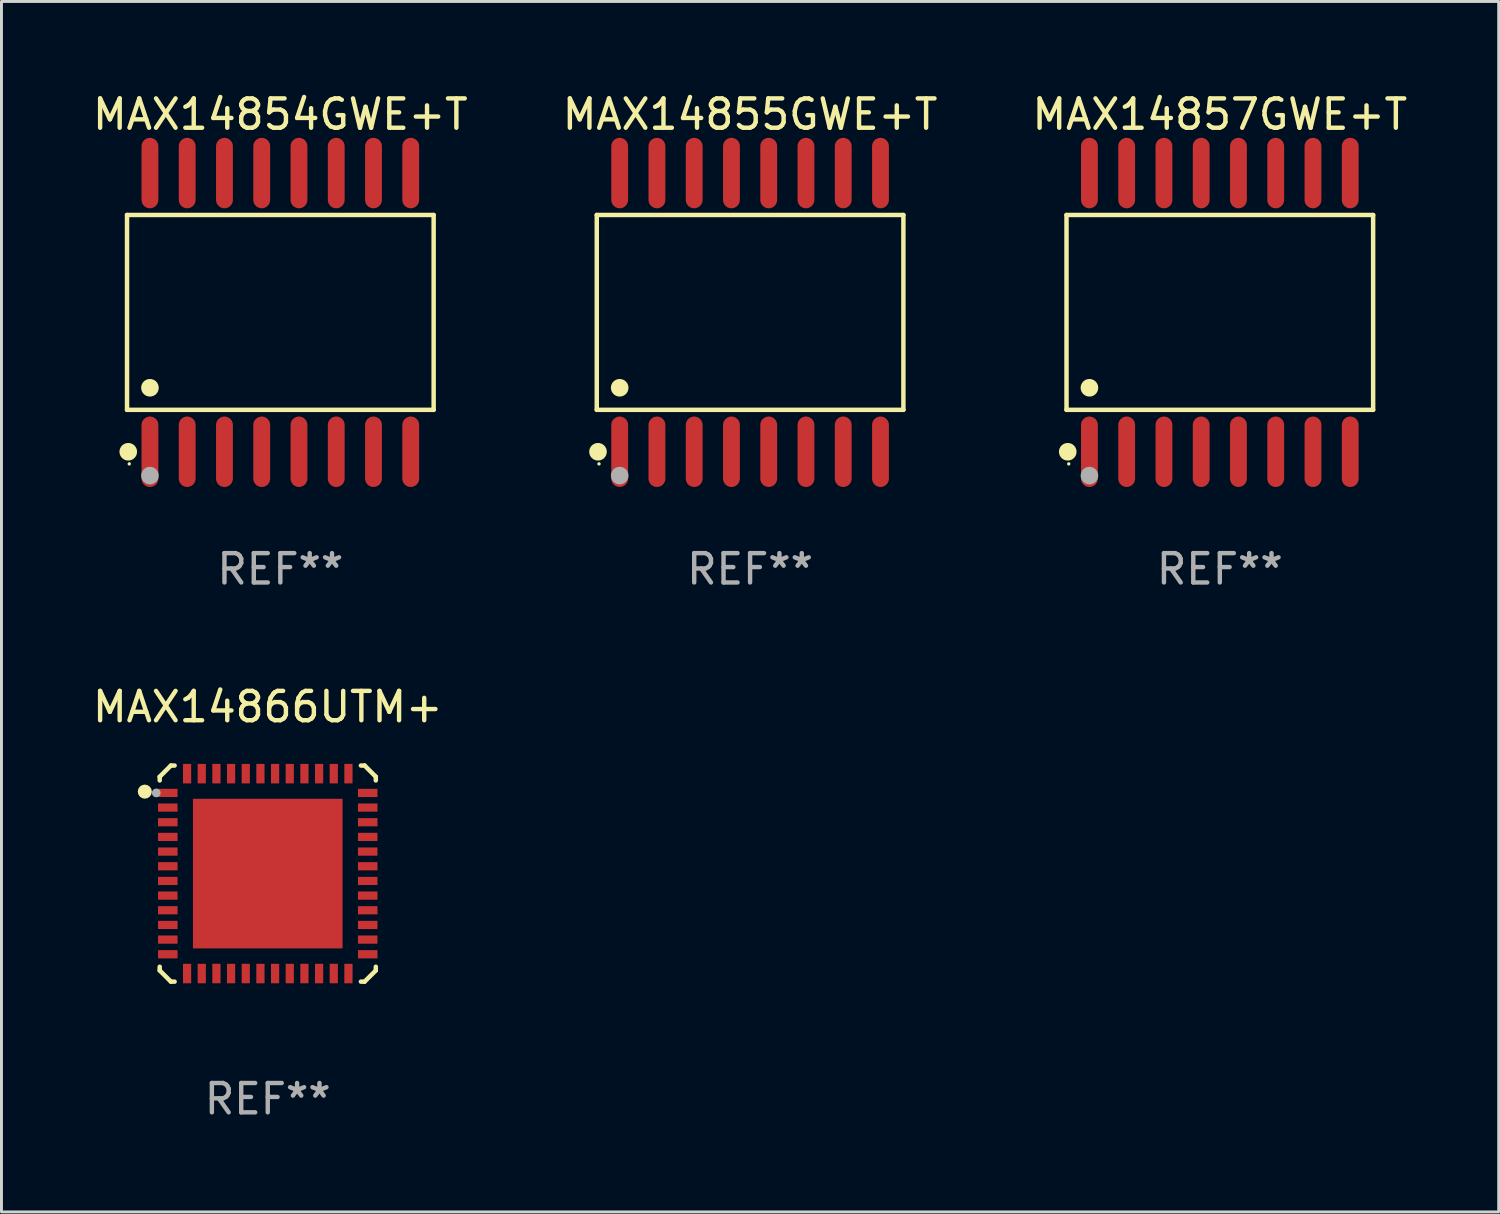
<source format=kicad_pcb>
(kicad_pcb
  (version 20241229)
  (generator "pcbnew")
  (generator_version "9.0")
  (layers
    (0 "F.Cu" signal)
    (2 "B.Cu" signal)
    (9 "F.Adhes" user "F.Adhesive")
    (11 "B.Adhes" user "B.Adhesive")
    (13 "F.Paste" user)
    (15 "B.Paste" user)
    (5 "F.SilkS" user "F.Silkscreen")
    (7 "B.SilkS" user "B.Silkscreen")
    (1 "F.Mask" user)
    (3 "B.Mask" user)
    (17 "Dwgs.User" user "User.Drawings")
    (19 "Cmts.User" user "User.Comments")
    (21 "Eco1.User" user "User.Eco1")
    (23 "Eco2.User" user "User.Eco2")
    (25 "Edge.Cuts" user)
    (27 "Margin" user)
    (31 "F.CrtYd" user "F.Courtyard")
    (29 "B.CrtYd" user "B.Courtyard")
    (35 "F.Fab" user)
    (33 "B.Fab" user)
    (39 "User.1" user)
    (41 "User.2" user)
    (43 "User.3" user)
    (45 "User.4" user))
  (footprint "MAX14854GWE+T"
    (layer "F.Cu")
    (at 6.506 7.599)
    (property "Reference" "MAX14854GWE+T" (at 0 -6.75 0) (layer "F.SilkS") (effects (font (size 1 1) (thickness 0.15))))
    (attr through_hole)
    (fp_line (start -5.226 -3.321) (end 5.226 -3.321) (stroke (width 0.152) (type solid)) (layer "F.SilkS"))
    (fp_line (start -5.226 3.321) (end -5.226 -3.321) (stroke (width 0.152) (type solid)) (layer "F.SilkS"))
    (fp_line (start 5.226 -3.321) (end 5.226 3.321) (stroke (width 0.152) (type solid)) (layer "F.SilkS"))
    (fp_line (start 5.226 3.321) (end -5.226 3.321) (stroke (width 0.152) (type solid)) (layer "F.SilkS"))
    (fp_circle (center -5.184 4.75) (end -5.034 4.75) (stroke (width 0.3) (type solid)) (fill no) (layer "F.SilkS"))
    (fp_circle (center -5.15 5.163) (end -5.12 5.163) (stroke (width 0.06) (type solid)) (fill no) (layer "F.SilkS"))
    (fp_circle (center -4.445 2.569) (end -4.295 2.569) (stroke (width 0.3) (type solid)) (fill no) (layer "F.SilkS"))
    (fp_circle (center -4.445 5.563) (end -4.295 5.563) (stroke (width 0.3) (type solid)) (fill no) (layer "F.Fab"))
    (fp_text user "REF**" (at 0 8.75 0) (layer "F.Fab") (effects (font (size 1 1) (thickness 0.15))))
    (pad "1" smd oval (at -4.445 4.75) (size 0.574 2.401) (layers "F.Cu" "F.Mask" "F.Paste"))
    (pad "2" smd oval (at -3.175 4.75) (size 0.574 2.401) (layers "F.Cu" "F.Mask" "F.Paste"))
    (pad "3" smd oval (at -1.905 4.75) (size 0.574 2.401) (layers "F.Cu" "F.Mask" "F.Paste"))
    (pad "4" smd oval (at -0.635 4.75) (size 0.574 2.401) (layers "F.Cu" "F.Mask" "F.Paste"))
    (pad "5" smd oval (at 0.635 4.75) (size 0.574 2.401) (layers "F.Cu" "F.Mask" "F.Paste"))
    (pad "6" smd oval (at 1.905 4.75) (size 0.574 2.401) (layers "F.Cu" "F.Mask" "F.Paste"))
    (pad "7" smd oval (at 3.175 4.75) (size 0.574 2.401) (layers "F.Cu" "F.Mask" "F.Paste"))
    (pad "8" smd oval (at 4.445 4.75) (size 0.574 2.401) (layers "F.Cu" "F.Mask" "F.Paste"))
    (pad "9" smd oval (at 4.445 -4.75) (size 0.574 2.401) (layers "F.Cu" "F.Mask" "F.Paste"))
    (pad "10" smd oval (at 3.175 -4.75) (size 0.574 2.401) (layers "F.Cu" "F.Mask" "F.Paste"))
    (pad "11" smd oval (at 1.905 -4.75) (size 0.574 2.401) (layers "F.Cu" "F.Mask" "F.Paste"))
    (pad "12" smd oval (at 0.635 -4.75) (size 0.574 2.401) (layers "F.Cu" "F.Mask" "F.Paste"))
    (pad "13" smd oval (at -0.635 -4.75) (size 0.574 2.401) (layers "F.Cu" "F.Mask" "F.Paste"))
    (pad "14" smd oval (at -1.905 -4.75) (size 0.574 2.401) (layers "F.Cu" "F.Mask" "F.Paste"))
    (pad "15" smd oval (at -3.175 -4.75) (size 0.574 2.401) (layers "F.Cu" "F.Mask" "F.Paste"))
    (pad "16" smd oval (at -4.445 -4.75) (size 0.574 2.401) (layers "F.Cu" "F.Mask" "F.Paste")))
  (footprint "MAX14857GWE+T"
    (layer "F.Cu")
    (at 38.53 7.599)
    (property "Reference" "MAX14857GWE+T" (at 0 -6.75 0) (layer "F.SilkS") (effects (font (size 1 1) (thickness 0.15))))
    (attr through_hole)
    (fp_line (start -5.226 -3.321) (end 5.226 -3.321) (stroke (width 0.152) (type solid)) (layer "F.SilkS"))
    (fp_line (start -5.226 3.321) (end -5.226 -3.321) (stroke (width 0.152) (type solid)) (layer "F.SilkS"))
    (fp_line (start 5.226 -3.321) (end 5.226 3.321) (stroke (width 0.152) (type solid)) (layer "F.SilkS"))
    (fp_line (start 5.226 3.321) (end -5.226 3.321) (stroke (width 0.152) (type solid)) (layer "F.SilkS"))
    (fp_circle (center -5.184 4.75) (end -5.034 4.75) (stroke (width 0.3) (type solid)) (fill no) (layer "F.SilkS"))
    (fp_circle (center -5.15 5.163) (end -5.12 5.163) (stroke (width 0.06) (type solid)) (fill no) (layer "F.SilkS"))
    (fp_circle (center -4.445 2.569) (end -4.295 2.569) (stroke (width 0.3) (type solid)) (fill no) (layer "F.SilkS"))
    (fp_circle (center -4.445 5.563) (end -4.295 5.563) (stroke (width 0.3) (type solid)) (fill no) (layer "F.Fab"))
    (fp_text user "REF**" (at 0 8.75 0) (layer "F.Fab") (effects (font (size 1 1) (thickness 0.15))))
    (pad "1" smd oval (at -4.445 4.75) (size 0.574 2.401) (layers "F.Cu" "F.Mask" "F.Paste"))
    (pad "2" smd oval (at -3.175 4.75) (size 0.574 2.401) (layers "F.Cu" "F.Mask" "F.Paste"))
    (pad "3" smd oval (at -1.905 4.75) (size 0.574 2.401) (layers "F.Cu" "F.Mask" "F.Paste"))
    (pad "4" smd oval (at -0.635 4.75) (size 0.574 2.401) (layers "F.Cu" "F.Mask" "F.Paste"))
    (pad "5" smd oval (at 0.635 4.75) (size 0.574 2.401) (layers "F.Cu" "F.Mask" "F.Paste"))
    (pad "6" smd oval (at 1.905 4.75) (size 0.574 2.401) (layers "F.Cu" "F.Mask" "F.Paste"))
    (pad "7" smd oval (at 3.175 4.75) (size 0.574 2.401) (layers "F.Cu" "F.Mask" "F.Paste"))
    (pad "8" smd oval (at 4.445 4.75) (size 0.574 2.401) (layers "F.Cu" "F.Mask" "F.Paste"))
    (pad "9" smd oval (at 4.445 -4.75) (size 0.574 2.401) (layers "F.Cu" "F.Mask" "F.Paste"))
    (pad "10" smd oval (at 3.175 -4.75) (size 0.574 2.401) (layers "F.Cu" "F.Mask" "F.Paste"))
    (pad "11" smd oval (at 1.905 -4.75) (size 0.574 2.401) (layers "F.Cu" "F.Mask" "F.Paste"))
    (pad "12" smd oval (at 0.635 -4.75) (size 0.574 2.401) (layers "F.Cu" "F.Mask" "F.Paste"))
    (pad "13" smd oval (at -0.635 -4.75) (size 0.574 2.401) (layers "F.Cu" "F.Mask" "F.Paste"))
    (pad "14" smd oval (at -1.905 -4.75) (size 0.574 2.401) (layers "F.Cu" "F.Mask" "F.Paste"))
    (pad "15" smd oval (at -3.175 -4.75) (size 0.574 2.401) (layers "F.Cu" "F.Mask" "F.Paste"))
    (pad "16" smd oval (at -4.445 -4.75) (size 0.574 2.401) (layers "F.Cu" "F.Mask" "F.Paste")))
  (footprint "MAX14855GWE+T"
    (layer "F.Cu")
    (at 22.518 7.599)
    (property "Reference" "MAX14855GWE+T" (at 0 -6.75 0) (layer "F.SilkS") (effects (font (size 1 1) (thickness 0.15))))
    (attr through_hole)
    (fp_line (start -5.226 -3.321) (end 5.226 -3.321) (stroke (width 0.152) (type solid)) (layer "F.SilkS"))
    (fp_line (start -5.226 3.321) (end -5.226 -3.321) (stroke (width 0.152) (type solid)) (layer "F.SilkS"))
    (fp_line (start 5.226 -3.321) (end 5.226 3.321) (stroke (width 0.152) (type solid)) (layer "F.SilkS"))
    (fp_line (start 5.226 3.321) (end -5.226 3.321) (stroke (width 0.152) (type solid)) (layer "F.SilkS"))
    (fp_circle (center -5.184 4.75) (end -5.034 4.75) (stroke (width 0.3) (type solid)) (fill no) (layer "F.SilkS"))
    (fp_circle (center -5.15 5.163) (end -5.12 5.163) (stroke (width 0.06) (type solid)) (fill no) (layer "F.SilkS"))
    (fp_circle (center -4.445 2.569) (end -4.295 2.569) (stroke (width 0.3) (type solid)) (fill no) (layer "F.SilkS"))
    (fp_circle (center -4.445 5.563) (end -4.295 5.563) (stroke (width 0.3) (type solid)) (fill no) (layer "F.Fab"))
    (fp_text user "REF**" (at 0 8.75 0) (layer "F.Fab") (effects (font (size 1 1) (thickness 0.15))))
    (pad "1" smd oval (at -4.445 4.75) (size 0.574 2.401) (layers "F.Cu" "F.Mask" "F.Paste"))
    (pad "2" smd oval (at -3.175 4.75) (size 0.574 2.401) (layers "F.Cu" "F.Mask" "F.Paste"))
    (pad "3" smd oval (at -1.905 4.75) (size 0.574 2.401) (layers "F.Cu" "F.Mask" "F.Paste"))
    (pad "4" smd oval (at -0.635 4.75) (size 0.574 2.401) (layers "F.Cu" "F.Mask" "F.Paste"))
    (pad "5" smd oval (at 0.635 4.75) (size 0.574 2.401) (layers "F.Cu" "F.Mask" "F.Paste"))
    (pad "6" smd oval (at 1.905 4.75) (size 0.574 2.401) (layers "F.Cu" "F.Mask" "F.Paste"))
    (pad "7" smd oval (at 3.175 4.75) (size 0.574 2.401) (layers "F.Cu" "F.Mask" "F.Paste"))
    (pad "8" smd oval (at 4.445 4.75) (size 0.574 2.401) (layers "F.Cu" "F.Mask" "F.Paste"))
    (pad "9" smd oval (at 4.445 -4.75) (size 0.574 2.401) (layers "F.Cu" "F.Mask" "F.Paste"))
    (pad "10" smd oval (at 3.175 -4.75) (size 0.574 2.401) (layers "F.Cu" "F.Mask" "F.Paste"))
    (pad "11" smd oval (at 1.905 -4.75) (size 0.574 2.401) (layers "F.Cu" "F.Mask" "F.Paste"))
    (pad "12" smd oval (at 0.635 -4.75) (size 0.574 2.401) (layers "F.Cu" "F.Mask" "F.Paste"))
    (pad "13" smd oval (at -0.635 -4.75) (size 0.574 2.401) (layers "F.Cu" "F.Mask" "F.Paste"))
    (pad "14" smd oval (at -1.905 -4.75) (size 0.574 2.401) (layers "F.Cu" "F.Mask" "F.Paste"))
    (pad "15" smd oval (at -3.175 -4.75) (size 0.574 2.401) (layers "F.Cu" "F.Mask" "F.Paste"))
    (pad "16" smd oval (at -4.445 -4.75) (size 0.574 2.401) (layers "F.Cu" "F.Mask" "F.Paste")))
  (footprint "MAX14866UTM+"
    (layer "F.Cu")
    (at 6.077 26.728)
    (property "Reference" "MAX14866UTM+" (at 0 -5.683 0) (layer "F.SilkS") (effects (font (size 1 1) (thickness 0.15))))
    (attr through_hole)
    (fp_line (start -3.683 -3.302) (end -3.302 -3.683) (stroke (width 0.152) (type solid)) (layer "F.SilkS"))
    (fp_line (start -3.683 -3.175) (end -3.683 -3.302) (stroke (width 0.152) (type solid)) (layer "F.SilkS"))
    (fp_line (start -3.683 3.302) (end -3.683 3.175) (stroke (width 0.152) (type solid)) (layer "F.SilkS"))
    (fp_line (start -3.302 -3.683) (end -3.175 -3.683) (stroke (width 0.152) (type solid)) (layer "F.SilkS"))
    (fp_line (start -3.302 3.683) (end -3.683 3.302) (stroke (width 0.152) (type solid)) (layer "F.SilkS"))
    (fp_line (start -3.175 3.683) (end -3.302 3.683) (stroke (width 0.152) (type solid)) (layer "F.SilkS"))
    (fp_line (start 3.175 -3.683) (end 3.302 -3.683) (stroke (width 0.152) (type solid)) (layer "F.SilkS"))
    (fp_line (start 3.302 -3.683) (end 3.683 -3.302) (stroke (width 0.152) (type solid)) (layer "F.SilkS"))
    (fp_line (start 3.302 3.683) (end 3.175 3.683) (stroke (width 0.152) (type solid)) (layer "F.SilkS"))
    (fp_line (start 3.683 -3.302) (end 3.683 -3.175) (stroke (width 0.152) (type solid)) (layer "F.SilkS"))
    (fp_line (start 3.683 3.175) (end 3.683 3.302) (stroke (width 0.152) (type solid)) (layer "F.SilkS"))
    (fp_line (start 3.683 3.302) (end 3.302 3.683) (stroke (width 0.152) (type solid)) (layer "F.SilkS"))
    (fp_circle (center -4.191 -2.794) (end -4.071 -2.794) (stroke (width 0.24) (type solid)) (fill no) (layer "F.SilkS"))
    (fp_circle (center -3.5 -3.5) (end -3.47 -3.5) (stroke (width 0.06) (type solid)) (fill no) (layer "F.SilkS"))
    (fp_circle (center -3.8 -2.75) (end -3.725 -2.75) (stroke (width 0.15) (type solid)) (fill no) (layer "F.Fab"))
    (fp_text user "REF**" (at 0 7.683 0) (layer "F.Fab") (effects (font (size 1 1) (thickness 0.15))))
    (pad "1" smd rect (at -3.407 -2.75) (size 0.665 0.28) (layers "F.Cu" "F.Mask" "F.Paste"))
    (pad "2" smd rect (at -3.407 -2.25) (size 0.665 0.28) (layers "F.Cu" "F.Mask" "F.Paste"))
    (pad "3" smd rect (at -3.407 -1.75) (size 0.665 0.28) (layers "F.Cu" "F.Mask" "F.Paste"))
    (pad "4" smd rect (at -3.407 -1.25) (size 0.665 0.28) (layers "F.Cu" "F.Mask" "F.Paste"))
    (pad "5" smd rect (at -3.407 -0.75) (size 0.665 0.28) (layers "F.Cu" "F.Mask" "F.Paste"))
    (pad "6" smd rect (at -3.407 -0.25) (size 0.665 0.28) (layers "F.Cu" "F.Mask" "F.Paste"))
    (pad "7" smd rect (at -3.407 0.25) (size 0.665 0.28) (layers "F.Cu" "F.Mask" "F.Paste"))
    (pad "8" smd rect (at -3.407 0.75) (size 0.665 0.28) (layers "F.Cu" "F.Mask" "F.Paste"))
    (pad "9" smd rect (at -3.407 1.25) (size 0.665 0.28) (layers "F.Cu" "F.Mask" "F.Paste"))
    (pad "10" smd rect (at -3.407 1.75) (size 0.665 0.28) (layers "F.Cu" "F.Mask" "F.Paste"))
    (pad "11" smd rect (at -3.407 2.25) (size 0.665 0.28) (layers "F.Cu" "F.Mask" "F.Paste"))
    (pad "12" smd rect (at -3.407 2.75) (size 0.665 0.28) (layers "F.Cu" "F.Mask" "F.Paste"))
    (pad "13" smd rect (at -2.75 3.407) (size 0.28 0.665) (layers "F.Cu" "F.Mask" "F.Paste"))
    (pad "14" smd rect (at -2.25 3.407) (size 0.28 0.665) (layers "F.Cu" "F.Mask" "F.Paste"))
    (pad "15" smd rect (at -1.75 3.407) (size 0.28 0.665) (layers "F.Cu" "F.Mask" "F.Paste"))
    (pad "16" smd rect (at -1.25 3.407) (size 0.28 0.665) (layers "F.Cu" "F.Mask" "F.Paste"))
    (pad "17" smd rect (at -0.75 3.407) (size 0.28 0.665) (layers "F.Cu" "F.Mask" "F.Paste"))
    (pad "18" smd rect (at -0.25 3.407) (size 0.28 0.665) (layers "F.Cu" "F.Mask" "F.Paste"))
    (pad "19" smd rect (at 0.25 3.407) (size 0.28 0.665) (layers "F.Cu" "F.Mask" "F.Paste"))
    (pad "20" smd rect (at 0.75 3.407) (size 0.28 0.665) (layers "F.Cu" "F.Mask" "F.Paste"))
    (pad "21" smd rect (at 1.25 3.407) (size 0.28 0.665) (layers "F.Cu" "F.Mask" "F.Paste"))
    (pad "22" smd rect (at 1.75 3.407) (size 0.28 0.665) (layers "F.Cu" "F.Mask" "F.Paste"))
    (pad "23" smd rect (at 2.25 3.407) (size 0.28 0.665) (layers "F.Cu" "F.Mask" "F.Paste"))
    (pad "24" smd rect (at 2.75 3.407) (size 0.28 0.665) (layers "F.Cu" "F.Mask" "F.Paste"))
    (pad "25" smd rect (at 3.407 2.75) (size 0.665 0.28) (layers "F.Cu" "F.Mask" "F.Paste"))
    (pad "26" smd rect (at 3.407 2.25) (size 0.665 0.28) (layers "F.Cu" "F.Mask" "F.Paste"))
    (pad "27" smd rect (at 3.407 1.75) (size 0.665 0.28) (layers "F.Cu" "F.Mask" "F.Paste"))
    (pad "28" smd rect (at 3.407 1.25) (size 0.665 0.28) (layers "F.Cu" "F.Mask" "F.Paste"))
    (pad "29" smd rect (at 3.407 0.75) (size 0.665 0.28) (layers "F.Cu" "F.Mask" "F.Paste"))
    (pad "30" smd rect (at 3.407 0.25) (size 0.665 0.28) (layers "F.Cu" "F.Mask" "F.Paste"))
    (pad "31" smd rect (at 3.407 -0.25) (size 0.665 0.28) (layers "F.Cu" "F.Mask" "F.Paste"))
    (pad "32" smd rect (at 3.407 -0.75) (size 0.665 0.28) (layers "F.Cu" "F.Mask" "F.Paste"))
    (pad "33" smd rect (at 3.407 -1.25) (size 0.665 0.28) (layers "F.Cu" "F.Mask" "F.Paste"))
    (pad "34" smd rect (at 3.407 -1.75) (size 0.665 0.28) (layers "F.Cu" "F.Mask" "F.Paste"))
    (pad "35" smd rect (at 3.407 -2.25) (size 0.665 0.28) (layers "F.Cu" "F.Mask" "F.Paste"))
    (pad "36" smd rect (at 3.407 -2.75) (size 0.665 0.28) (layers "F.Cu" "F.Mask" "F.Paste"))
    (pad "37" smd rect (at 2.75 -3.407) (size 0.28 0.665) (layers "F.Cu" "F.Mask" "F.Paste"))
    (pad "38" smd rect (at 2.25 -3.407) (size 0.28 0.665) (layers "F.Cu" "F.Mask" "F.Paste"))
    (pad "39" smd rect (at 1.75 -3.407) (size 0.28 0.665) (layers "F.Cu" "F.Mask" "F.Paste"))
    (pad "40" smd rect (at 1.25 -3.407) (size 0.28 0.665) (layers "F.Cu" "F.Mask" "F.Paste"))
    (pad "41" smd rect (at 0.75 -3.407) (size 0.28 0.665) (layers "F.Cu" "F.Mask" "F.Paste"))
    (pad "42" smd rect (at 0.25 -3.407) (size 0.28 0.665) (layers "F.Cu" "F.Mask" "F.Paste"))
    (pad "43" smd rect (at -0.25 -3.407) (size 0.28 0.665) (layers "F.Cu" "F.Mask" "F.Paste"))
    (pad "44" smd rect (at -0.75 -3.407) (size 0.28 0.665) (layers "F.Cu" "F.Mask" "F.Paste"))
    (pad "45" smd rect (at -1.25 -3.407) (size 0.28 0.665) (layers "F.Cu" "F.Mask" "F.Paste"))
    (pad "46" smd rect (at -1.75 -3.407) (size 0.28 0.665) (layers "F.Cu" "F.Mask" "F.Paste"))
    (pad "47" smd rect (at -2.25 -3.407) (size 0.28 0.665) (layers "F.Cu" "F.Mask" "F.Paste"))
    (pad "48" smd rect (at -2.75 -3.407) (size 0.28 0.665) (layers "F.Cu" "F.Mask" "F.Paste"))
    (pad "49" smd rect (at 0 0) (size 5.1 5.1) (layers "F.Cu" "F.Mask" "F.Paste")))
  (gr_rect
    (start -3 -3)
    (end 48.036 38.26)
    (stroke (width 0.1) (type default))
    (fill no)
    (layer "Edge.Cuts")))
</source>
